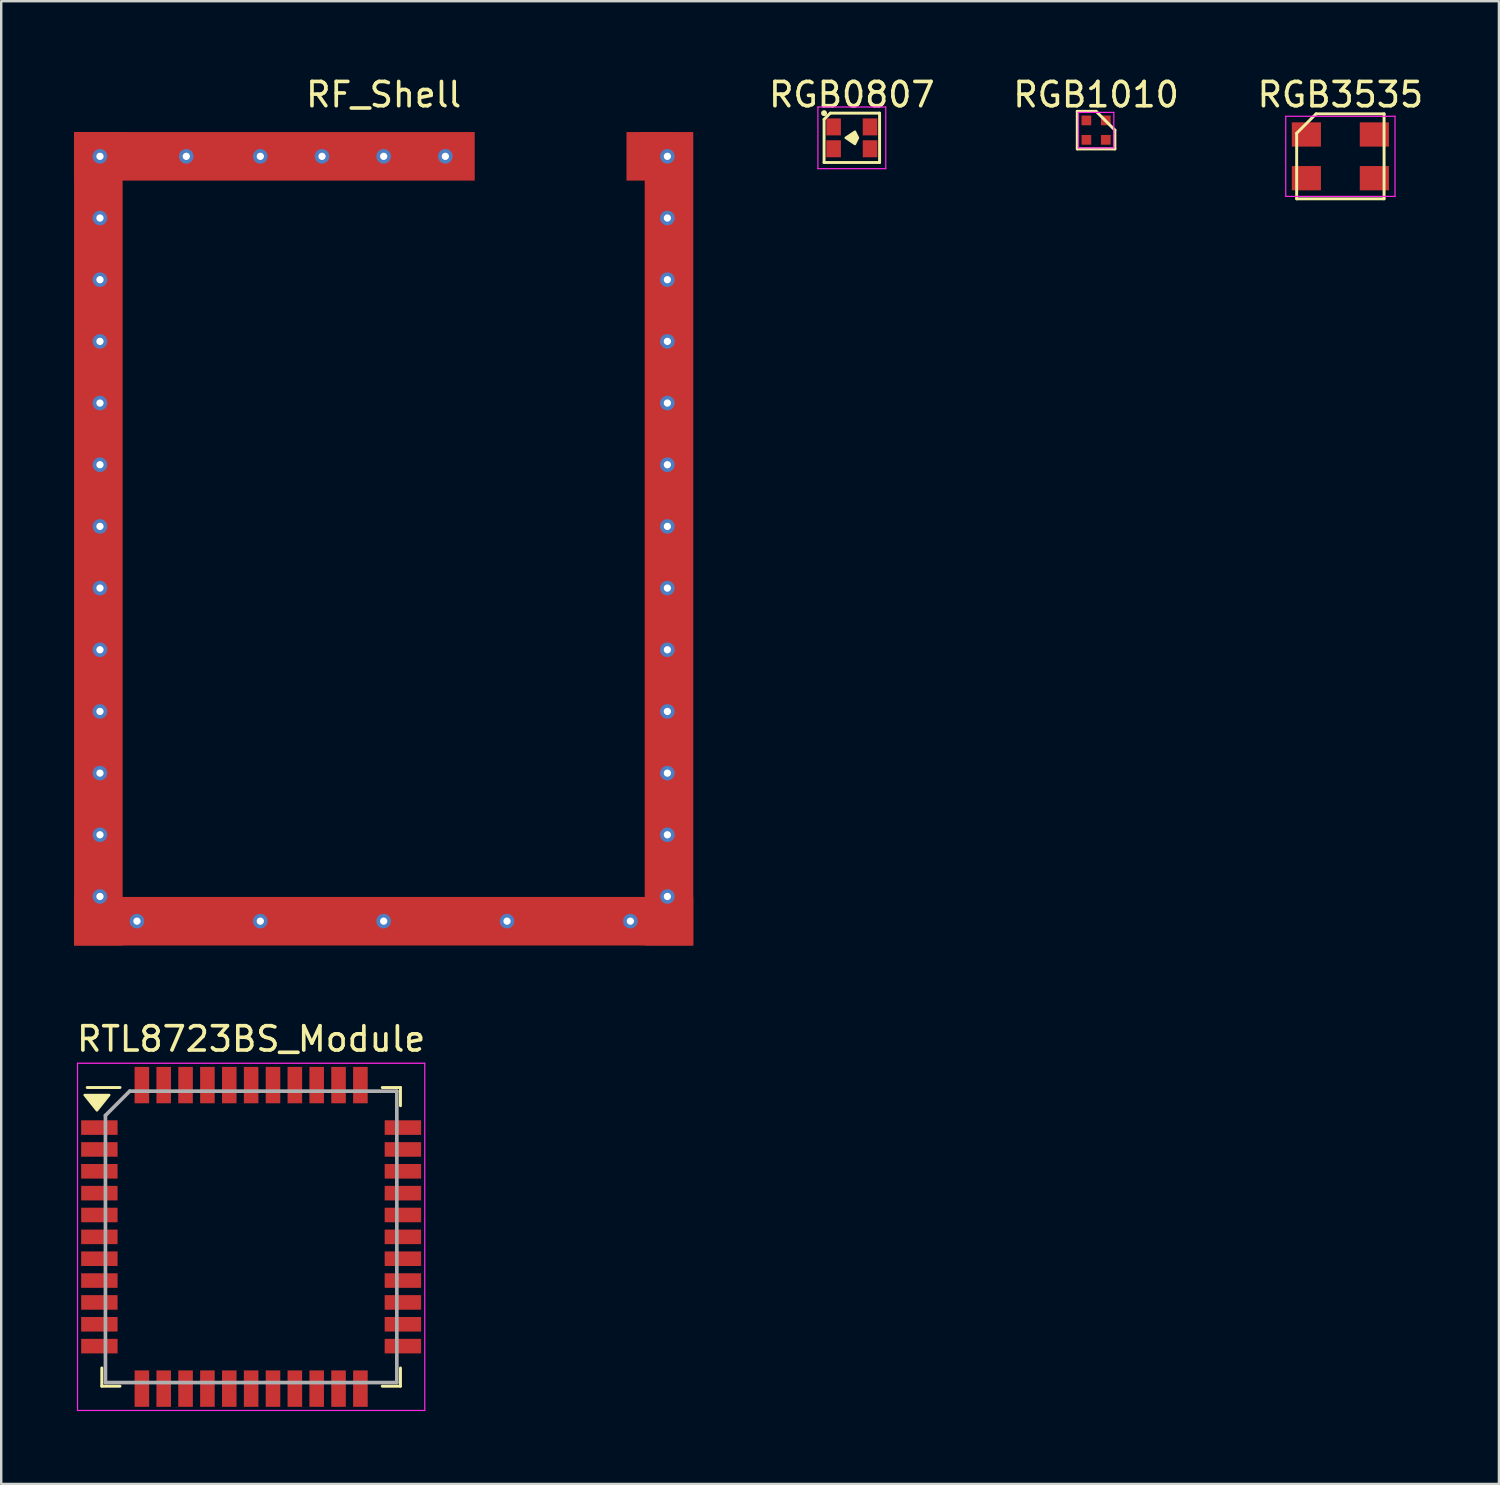
<source format=kicad_pcb>
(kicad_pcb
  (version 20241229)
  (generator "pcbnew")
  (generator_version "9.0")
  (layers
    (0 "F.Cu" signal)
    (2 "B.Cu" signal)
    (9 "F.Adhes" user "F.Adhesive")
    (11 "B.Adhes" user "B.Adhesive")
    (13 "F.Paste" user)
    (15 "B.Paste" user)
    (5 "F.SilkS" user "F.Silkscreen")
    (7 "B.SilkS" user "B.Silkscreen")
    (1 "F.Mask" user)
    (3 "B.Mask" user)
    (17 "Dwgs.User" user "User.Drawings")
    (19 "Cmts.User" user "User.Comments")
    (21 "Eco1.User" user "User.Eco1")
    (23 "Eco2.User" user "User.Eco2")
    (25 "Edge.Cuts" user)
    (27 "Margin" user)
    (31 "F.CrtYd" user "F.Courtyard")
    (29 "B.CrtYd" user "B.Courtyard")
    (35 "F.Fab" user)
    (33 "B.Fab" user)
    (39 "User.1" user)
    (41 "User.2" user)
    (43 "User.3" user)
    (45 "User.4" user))
  (footprint "RTL8723BS_Module"
    (layer "F.Cu")
    (at 7.292 47.886)
    (property "Reference" "RTL8723BS_Module" (at 0 -8.15 0) (layer "F.SilkS") (effects (font (size 1 1) (thickness 0.15))))
    (attr smd)
    (fp_line (start -6.15 6.15) (end -6.15 5.4) (stroke (width 0.12) (type solid)) (layer "F.SilkS"))
    (fp_line (start -5.4 -6.15) (end -6.75 -6.15) (stroke (width 0.12) (type solid)) (layer "F.SilkS"))
    (fp_line (start -5.4 6.15) (end -6.15 6.15) (stroke (width 0.12) (type solid)) (layer "F.SilkS"))
    (fp_line (start 5.4 -6.15) (end 6.15 -6.15) (stroke (width 0.12) (type solid)) (layer "F.SilkS"))
    (fp_line (start 5.4 6.15) (end 6.15 6.15) (stroke (width 0.12) (type solid)) (layer "F.SilkS"))
    (fp_line (start 6.15 -6.15) (end 6.15 -5.4) (stroke (width 0.12) (type solid)) (layer "F.SilkS"))
    (fp_line (start 6.15 6.15) (end 6.15 5.4) (stroke (width 0.12) (type solid)) (layer "F.SilkS"))
    (fp_poly (pts (xy -6.35 -5.207) (xy -6.858 -5.842) (xy -5.842 -5.842)) (stroke (width 0.1) (type solid)) (fill yes) (layer "F.SilkS"))
    (fp_line (start -7.15 -7.15) (end 7.15 -7.15) (stroke (width 0.05) (type solid)) (layer "F.CrtYd"))
    (fp_line (start -7.15 7.15) (end -7.15 -7.15) (stroke (width 0.05) (type solid)) (layer "F.CrtYd"))
    (fp_line (start 7.15 -7.15) (end 7.15 7.15) (stroke (width 0.05) (type solid)) (layer "F.CrtYd"))
    (fp_line (start 7.15 7.15) (end -7.15 7.15) (stroke (width 0.05) (type solid)) (layer "F.CrtYd"))
    (fp_line (start -6 -5) (end -6 6) (stroke (width 0.15) (type solid)) (layer "F.Fab"))
    (fp_line (start -6 6) (end 6 6) (stroke (width 0.15) (type solid)) (layer "F.Fab"))
    (fp_line (start -5 -6) (end -6 -5) (stroke (width 0.15) (type solid)) (layer "F.Fab"))
    (fp_line (start 6 -6) (end -5 -6) (stroke (width 0.15) (type solid)) (layer "F.Fab"))
    (fp_line (start 6 6) (end 6 -6) (stroke (width 0.15) (type solid)) (layer "F.Fab"))
    (pad "1" smd rect (at -6.25 -4.5 90) (size 0.6 1.5) (layers "F.Cu" "F.Mask" "F.Paste"))
    (pad "2" smd rect (at -6.25 -3.6 90) (size 0.6 1.5) (layers "F.Cu" "F.Mask" "F.Paste"))
    (pad "3" smd rect (at -6.25 -2.7 90) (size 0.6 1.5) (layers "F.Cu" "F.Mask" "F.Paste"))
    (pad "4" smd rect (at -6.25 -1.8 90) (size 0.6 1.5) (layers "F.Cu" "F.Mask" "F.Paste"))
    (pad "5" smd rect (at -6.25 -0.9 90) (size 0.6 1.5) (layers "F.Cu" "F.Mask" "F.Paste"))
    (pad "6" smd rect (at -6.25 0 90) (size 0.6 1.5) (layers "F.Cu" "F.Mask" "F.Paste"))
    (pad "7" smd rect (at -6.25 0.9 90) (size 0.6 1.5) (layers "F.Cu" "F.Mask" "F.Paste"))
    (pad "8" smd rect (at -6.25 1.8 90) (size 0.6 1.5) (layers "F.Cu" "F.Mask" "F.Paste"))
    (pad "9" smd rect (at -6.25 2.7 90) (size 0.6 1.5) (layers "F.Cu" "F.Mask" "F.Paste"))
    (pad "10" smd rect (at -6.25 3.6 90) (size 0.6 1.5) (layers "F.Cu" "F.Mask" "F.Paste"))
    (pad "11" smd rect (at -6.25 4.5 90) (size 0.6 1.5) (layers "F.Cu" "F.Mask" "F.Paste"))
    (pad "12" smd rect (at -4.5 6.25) (size 0.6 1.5) (layers "F.Cu" "F.Mask" "F.Paste"))
    (pad "13" smd rect (at -3.6 6.25) (size 0.6 1.5) (layers "F.Cu" "F.Mask" "F.Paste"))
    (pad "14" smd rect (at -2.7 6.25) (size 0.6 1.5) (layers "F.Cu" "F.Mask" "F.Paste"))
    (pad "15" smd rect (at -1.8 6.25) (size 0.6 1.5) (layers "F.Cu" "F.Mask" "F.Paste"))
    (pad "16" smd rect (at -0.9 6.25) (size 0.6 1.5) (layers "F.Cu" "F.Mask" "F.Paste"))
    (pad "17" smd rect (at 0 6.25) (size 0.6 1.5) (layers "F.Cu" "F.Mask" "F.Paste"))
    (pad "18" smd rect (at 0.9 6.25) (size 0.6 1.5) (layers "F.Cu" "F.Mask" "F.Paste"))
    (pad "19" smd rect (at 1.8 6.25) (size 0.6 1.5) (layers "F.Cu" "F.Mask" "F.Paste"))
    (pad "20" smd rect (at 2.7 6.25) (size 0.6 1.5) (layers "F.Cu" "F.Mask" "F.Paste"))
    (pad "21" smd rect (at 3.6 6.25) (size 0.6 1.5) (layers "F.Cu" "F.Mask" "F.Paste"))
    (pad "22" smd rect (at 4.5 6.25) (size 0.6 1.5) (layers "F.Cu" "F.Mask" "F.Paste"))
    (pad "23" smd rect (at 6.25 4.5 90) (size 0.6 1.5) (layers "F.Cu" "F.Mask" "F.Paste"))
    (pad "24" smd rect (at 6.25 3.6 90) (size 0.6 1.5) (layers "F.Cu" "F.Mask" "F.Paste"))
    (pad "25" smd rect (at 6.25 2.7 90) (size 0.6 1.5) (layers "F.Cu" "F.Mask" "F.Paste"))
    (pad "26" smd rect (at 6.25 1.8 90) (size 0.6 1.5) (layers "F.Cu" "F.Mask" "F.Paste"))
    (pad "27" smd rect (at 6.25 0.9 90) (size 0.6 1.5) (layers "F.Cu" "F.Mask" "F.Paste"))
    (pad "28" smd rect (at 6.25 0 90) (size 0.6 1.5) (layers "F.Cu" "F.Mask" "F.Paste"))
    (pad "29" smd rect (at 6.25 -0.9 90) (size 0.6 1.5) (layers "F.Cu" "F.Mask" "F.Paste"))
    (pad "30" smd rect (at 6.25 -1.8 90) (size 0.6 1.5) (layers "F.Cu" "F.Mask" "F.Paste"))
    (pad "31" smd rect (at 6.25 -2.7 90) (size 0.6 1.5) (layers "F.Cu" "F.Mask" "F.Paste"))
    (pad "32" smd rect (at 6.25 -3.6 90) (size 0.6 1.5) (layers "F.Cu" "F.Mask" "F.Paste"))
    (pad "33" smd rect (at 6.25 -4.5 90) (size 0.6 1.5) (layers "F.Cu" "F.Mask" "F.Paste"))
    (pad "34" smd rect (at 4.5 -6.25) (size 0.6 1.5) (layers "F.Cu" "F.Mask" "F.Paste"))
    (pad "35" smd rect (at 3.6 -6.25) (size 0.6 1.5) (layers "F.Cu" "F.Mask" "F.Paste"))
    (pad "36" smd rect (at 2.7 -6.25) (size 0.6 1.5) (layers "F.Cu" "F.Mask" "F.Paste"))
    (pad "37" smd rect (at 1.8 -6.25) (size 0.6 1.5) (layers "F.Cu" "F.Mask" "F.Paste"))
    (pad "38" smd rect (at 0.9 -6.25) (size 0.6 1.5) (layers "F.Cu" "F.Mask" "F.Paste"))
    (pad "39" smd rect (at 0 -6.25) (size 0.6 1.5) (layers "F.Cu" "F.Mask" "F.Paste"))
    (pad "40" smd rect (at -0.9 -6.25) (size 0.6 1.5) (layers "F.Cu" "F.Mask" "F.Paste"))
    (pad "41" smd rect (at -1.8 -6.25) (size 0.6 1.5) (layers "F.Cu" "F.Mask" "F.Paste"))
    (pad "42" smd rect (at -2.7 -6.25) (size 0.6 1.5) (layers "F.Cu" "F.Mask" "F.Paste"))
    (pad "43" smd rect (at -3.6 -6.25) (size 0.6 1.5) (layers "F.Cu" "F.Mask" "F.Paste"))
    (pad "44" smd rect (at -4.5 -6.25) (size 0.6 1.5) (layers "F.Cu" "F.Mask" "F.Paste")))
  (footprint "RGB3535"
    (layer "F.Cu")
    (at 52.149 3.388)
    (property "Reference" "RGB3535" (at 0 -2.54 180) (layer "F.SilkS") (effects (font (size 1 1) (thickness 0.15))))
    (attr smd)
    (fp_line (start -1.8 -0.95) (end -1.8 1.75) (stroke (width 0.12) (type solid)) (layer "F.SilkS"))
    (fp_line (start -1.8 1.75) (end 1.8 1.75) (stroke (width 0.12) (type solid)) (layer "F.SilkS"))
    (fp_line (start -1 -1.75) (end -1.8 -0.95) (stroke (width 0.12) (type solid)) (layer "F.SilkS"))
    (fp_line (start 1.8 -1.75) (end -1 -1.75) (stroke (width 0.12) (type solid)) (layer "F.SilkS"))
    (fp_line (start 1.8 1.75) (end 1.8 -1.75) (stroke (width 0.12) (type solid)) (layer "F.SilkS"))
    (fp_line (start -2.25 -1.65) (end -2.25 1.65) (stroke (width 0.05) (type solid)) (layer "F.CrtYd"))
    (fp_line (start -2.25 1.65) (end 2.25 1.65) (stroke (width 0.05) (type solid)) (layer "F.CrtYd"))
    (fp_line (start 2.25 -1.65) (end -2.25 -1.65) (stroke (width 0.05) (type solid)) (layer "F.CrtYd"))
    (fp_line (start 2.25 1.65) (end 2.25 -1.65) (stroke (width 0.05) (type solid)) (layer "F.CrtYd"))
    (pad "1" smd rect (at -1.4 -0.9 180) (size 1.2 1) (layers "F.Cu" "F.Mask" "F.Paste"))
    (pad "2" smd rect (at -1.4 0.9 180) (size 1.2 1) (layers "F.Cu" "F.Mask" "F.Paste"))
    (pad "3" smd rect (at 1.4 0.9 180) (size 1.2 1) (layers "F.Cu" "F.Mask" "F.Paste"))
    (pad "4" smd rect (at 1.4 -0.9 180) (size 1.2 1) (layers "F.Cu" "F.Mask" "F.Paste")))
  (footprint "RGB0807"
    (layer "F.Cu")
    (at 32.03 2.626)
    (property "Reference" "RGB0807" (at 0 -1.778 180) (layer "F.SilkS") (effects (font (size 1 1) (thickness 0.15))))
    (attr smd)
    (fp_line (start -1.143 -0.762) (end -1.143 1.016) (stroke (width 0.12) (type solid)) (layer "F.SilkS"))
    (fp_line (start -1.143 1.016) (end 1.143 1.016) (stroke (width 0.12) (type solid)) (layer "F.SilkS"))
    (fp_line (start -0.889 -1.016) (end -1.143 -0.762) (stroke (width 0.12) (type solid)) (layer "F.SilkS"))
    (fp_line (start 1.143 -1.016) (end -0.889 -1.016) (stroke (width 0.12) (type solid)) (layer "F.SilkS"))
    (fp_line (start 1.143 1.016) (end 1.143 -1.016) (stroke (width 0.12) (type solid)) (layer "F.SilkS"))
    (fp_circle (center -1.143 -1.016) (end -1.143 -1.079) (stroke (width 0.12) (type solid)) (fill no) (layer "F.SilkS"))
    (fp_poly (pts (xy 0.254 0) (xy 0.127 0.254) (xy -0.254 0) (xy 0.127 -0.254)) (stroke (width 0.1) (type solid)) (fill yes) (layer "F.SilkS"))
    (fp_line (start -1.397 -1.27) (end -1.397 1.27) (stroke (width 0.05) (type solid)) (layer "F.CrtYd"))
    (fp_line (start -1.397 1.27) (end 1.397 1.27) (stroke (width 0.05) (type solid)) (layer "F.CrtYd"))
    (fp_line (start 1.397 -1.27) (end -1.397 -1.27) (stroke (width 0.05) (type solid)) (layer "F.CrtYd"))
    (fp_line (start 1.397 1.27) (end 1.397 -1.27) (stroke (width 0.05) (type solid)) (layer "F.CrtYd"))
    (pad "1" smd rect (at -0.75 -0.45 180) (size 0.6 0.7) (layers "F.Cu" "F.Mask" "F.Paste"))
    (pad "2" smd rect (at -0.75 0.45 180) (size 0.6 0.7) (layers "F.Cu" "F.Mask" "F.Paste"))
    (pad "3" smd rect (at 0.75 0.45 180) (size 0.6 0.7) (layers "F.Cu" "F.Mask" "F.Paste"))
    (pad "4" smd rect (at 0.75 -0.45 180) (size 0.6 0.7) (layers "F.Cu" "F.Mask" "F.Paste")))
  (footprint "RF_Shell"
    (layer "F.Cu")
    (at 12.75 3.388)
    (property "Reference" "RF_Shell" (at 0 -2.54 0) (layer "F.SilkS") (effects (font (size 1 1) (thickness 0.15))))
    (attr through_hole)
    (pad "1" smd rect (at -11.75 15.75) (size 2 33.5) (layers "F.Cu" "F.Mask" "F.Paste"))
    (pad "1" thru_hole circle (at -11.684 0) (size 0.6 0.6) (drill 0.3) (layers "*.Cu" "*.Mask"))
    (pad "1" thru_hole circle (at -11.684 2.54) (size 0.6 0.6) (drill 0.3) (layers "*.Cu" "*.Mask"))
    (pad "1" thru_hole circle (at -11.684 5.08) (size 0.6 0.6) (drill 0.3) (layers "*.Cu" "*.Mask"))
    (pad "1" thru_hole circle (at -11.684 7.62) (size 0.6 0.6) (drill 0.3) (layers "*.Cu" "*.Mask"))
    (pad "1" thru_hole circle (at -11.684 10.16) (size 0.6 0.6) (drill 0.3) (layers "*.Cu" "*.Mask"))
    (pad "1" thru_hole circle (at -11.684 12.7) (size 0.6 0.6) (drill 0.3) (layers "*.Cu" "*.Mask"))
    (pad "1" thru_hole circle (at -11.684 15.24) (size 0.6 0.6) (drill 0.3) (layers "*.Cu" "*.Mask"))
    (pad "1" thru_hole circle (at -11.684 17.78) (size 0.6 0.6) (drill 0.3) (layers "*.Cu" "*.Mask"))
    (pad "1" thru_hole circle (at -11.684 20.32) (size 0.6 0.6) (drill 0.3) (layers "*.Cu" "*.Mask"))
    (pad "1" thru_hole circle (at -11.684 22.86) (size 0.6 0.6) (drill 0.3) (layers "*.Cu" "*.Mask"))
    (pad "1" thru_hole circle (at -11.684 25.4) (size 0.6 0.6) (drill 0.3) (layers "*.Cu" "*.Mask"))
    (pad "1" thru_hole circle (at -11.684 27.94) (size 0.6 0.6) (drill 0.3) (layers "*.Cu" "*.Mask"))
    (pad "1" thru_hole circle (at -11.684 30.48) (size 0.6 0.6) (drill 0.3) (layers "*.Cu" "*.Mask"))
    (pad "1" thru_hole circle (at -10.16 31.496) (size 0.6 0.6) (drill 0.3) (layers "*.Cu" "*.Mask"))
    (pad "1" thru_hole circle (at -8.128 0) (size 0.6 0.6) (drill 0.3) (layers "*.Cu" "*.Mask"))
    (pad "1" thru_hole circle (at -5.08 0) (size 0.6 0.6) (drill 0.3) (layers "*.Cu" "*.Mask"))
    (pad "1" thru_hole circle (at -5.08 31.496) (size 0.6 0.6) (drill 0.3) (layers "*.Cu" "*.Mask"))
    (pad "1" smd rect (at -4.5 0) (size 16.5 2) (layers "F.Cu" "F.Mask" "F.Paste"))
    (pad "1" thru_hole circle (at -2.54 0) (size 0.6 0.6) (drill 0.3) (layers "*.Cu" "*.Mask"))
    (pad "1" thru_hole circle (at 0 0) (size 0.6 0.6) (drill 0.3) (layers "*.Cu" "*.Mask"))
    (pad "1" thru_hole circle (at 0 31.496) (size 0.6 0.6) (drill 0.3) (layers "*.Cu" "*.Mask"))
    (pad "1" smd rect (at 0 31.5) (size 25.5 2) (layers "F.Cu" "F.Mask" "F.Paste"))
    (pad "1" thru_hole circle (at 2.54 0) (size 0.6 0.6) (drill 0.3) (layers "*.Cu" "*.Mask"))
    (pad "1" thru_hole circle (at 5.08 31.496) (size 0.6 0.6) (drill 0.3) (layers "*.Cu" "*.Mask"))
    (pad "1" thru_hole circle (at 10.16 31.496) (size 0.6 0.6) (drill 0.3) (layers "*.Cu" "*.Mask"))
    (pad "1" smd rect (at 11 0) (size 2 2) (layers "F.Cu" "F.Mask" "F.Paste"))
    (pad "1" thru_hole circle (at 11.684 0) (size 0.6 0.6) (drill 0.3) (layers "*.Cu" "*.Mask"))
    (pad "1" thru_hole circle (at 11.684 2.54) (size 0.6 0.6) (drill 0.3) (layers "*.Cu" "*.Mask"))
    (pad "1" thru_hole circle (at 11.684 5.08) (size 0.6 0.6) (drill 0.3) (layers "*.Cu" "*.Mask"))
    (pad "1" thru_hole circle (at 11.684 7.62) (size 0.6 0.6) (drill 0.3) (layers "*.Cu" "*.Mask"))
    (pad "1" thru_hole circle (at 11.684 10.16) (size 0.6 0.6) (drill 0.3) (layers "*.Cu" "*.Mask"))
    (pad "1" thru_hole circle (at 11.684 12.7) (size 0.6 0.6) (drill 0.3) (layers "*.Cu" "*.Mask"))
    (pad "1" thru_hole circle (at 11.684 15.24) (size 0.6 0.6) (drill 0.3) (layers "*.Cu" "*.Mask"))
    (pad "1" thru_hole circle (at 11.684 17.78) (size 0.6 0.6) (drill 0.3) (layers "*.Cu" "*.Mask"))
    (pad "1" thru_hole circle (at 11.684 20.32) (size 0.6 0.6) (drill 0.3) (layers "*.Cu" "*.Mask"))
    (pad "1" thru_hole circle (at 11.684 22.86) (size 0.6 0.6) (drill 0.3) (layers "*.Cu" "*.Mask"))
    (pad "1" thru_hole circle (at 11.684 25.4) (size 0.6 0.6) (drill 0.3) (layers "*.Cu" "*.Mask"))
    (pad "1" thru_hole circle (at 11.684 27.94) (size 0.6 0.6) (drill 0.3) (layers "*.Cu" "*.Mask"))
    (pad "1" thru_hole circle (at 11.684 30.48) (size 0.6 0.6) (drill 0.3) (layers "*.Cu" "*.Mask"))
    (pad "1" smd rect (at 11.75 15.75) (size 2 33.5) (layers "F.Cu" "F.Mask" "F.Paste")))
  (footprint "RGB1010"
    (layer "F.Cu")
    (at 42.089 2.309)
    (property "Reference" "RGB1010" (at 0 -1.46 0) (layer "F.SilkS") (effects (font (size 1 1) (thickness 0.15))))
    (attr smd)
    (fp_line (start -0.775 -0.775) (end 0 -0.775) (stroke (width 0.12) (type solid)) (layer "F.SilkS"))
    (fp_line (start -0.775 0.775) (end -0.775 -0.775) (stroke (width 0.12) (type solid)) (layer "F.SilkS"))
    (fp_line (start 0 -0.775) (end 0.775 0) (stroke (width 0.12) (type solid)) (layer "F.SilkS"))
    (fp_line (start 0.775 0) (end 0.775 0.775) (stroke (width 0.12) (type solid)) (layer "F.SilkS"))
    (fp_line (start 0.775 0.775) (end -0.775 0.775) (stroke (width 0.12) (type solid)) (layer "F.SilkS"))
    (fp_line (start -0.73 -0.73) (end 0.73 -0.73) (stroke (width 0.05) (type solid)) (layer "F.CrtYd"))
    (fp_line (start -0.73 0.73) (end -0.73 -0.73) (stroke (width 0.05) (type solid)) (layer "F.CrtYd"))
    (fp_line (start 0.73 -0.73) (end 0.73 0.73) (stroke (width 0.05) (type solid)) (layer "F.CrtYd"))
    (fp_line (start 0.73 0.73) (end -0.73 0.73) (stroke (width 0.05) (type solid)) (layer "F.CrtYd"))
    (pad "1" smd rect (at 0.4 -0.4 180) (size 0.4 0.4) (layers "F.Cu" "F.Mask" "F.Paste"))
    (pad "2" smd rect (at 0.4 0.4 180) (size 0.4 0.4) (layers "F.Cu" "F.Mask" "F.Paste"))
    (pad "3" smd rect (at -0.4 0.4 180) (size 0.4 0.4) (layers "F.Cu" "F.Mask" "F.Paste"))
    (pad "4" smd rect (at -0.4 -0.4 180) (size 0.4 0.4) (layers "F.Cu" "F.Mask" "F.Paste")))
  (gr_rect
    (start -3 -3)
    (end 58.679 58.062)
    (stroke (width 0.1) (type default))
    (fill no)
    (layer "Edge.Cuts")))
</source>
